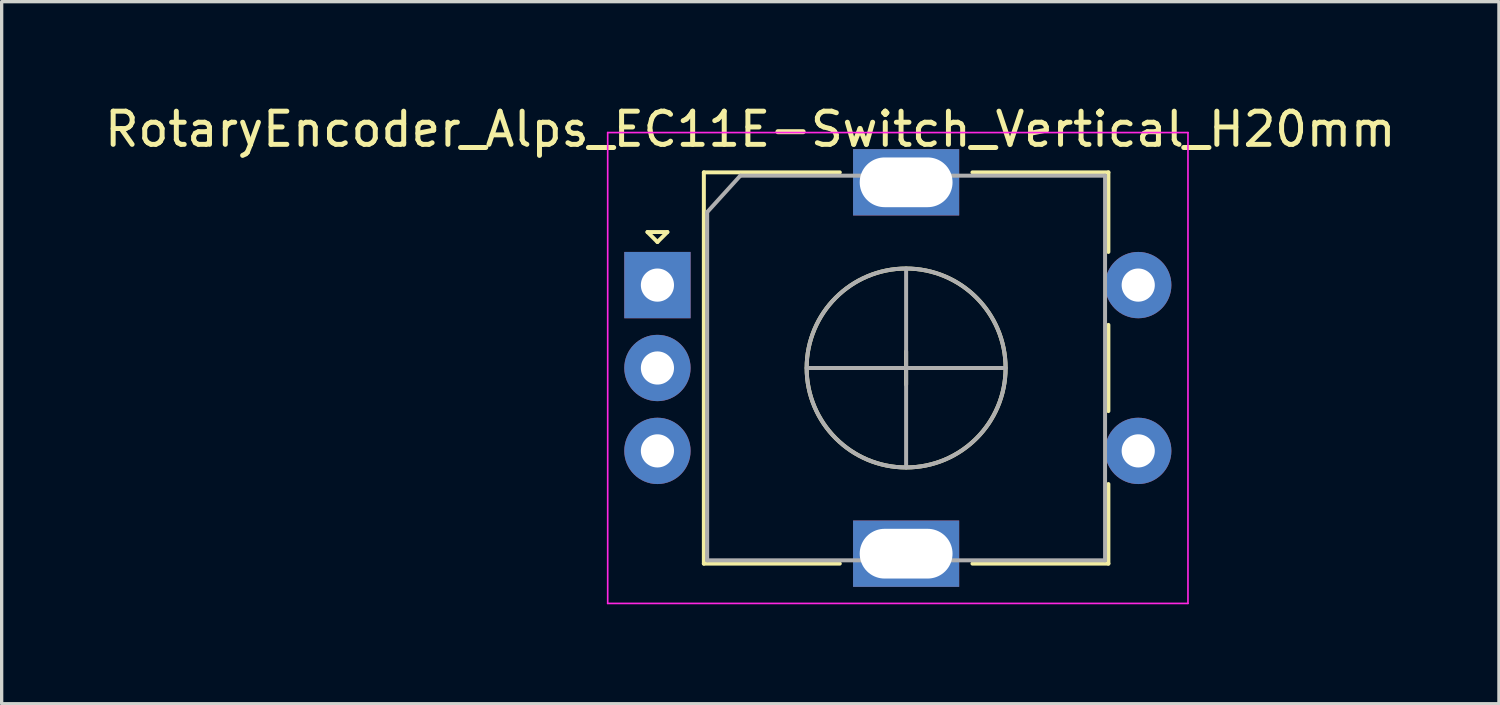
<source format=kicad_pcb>
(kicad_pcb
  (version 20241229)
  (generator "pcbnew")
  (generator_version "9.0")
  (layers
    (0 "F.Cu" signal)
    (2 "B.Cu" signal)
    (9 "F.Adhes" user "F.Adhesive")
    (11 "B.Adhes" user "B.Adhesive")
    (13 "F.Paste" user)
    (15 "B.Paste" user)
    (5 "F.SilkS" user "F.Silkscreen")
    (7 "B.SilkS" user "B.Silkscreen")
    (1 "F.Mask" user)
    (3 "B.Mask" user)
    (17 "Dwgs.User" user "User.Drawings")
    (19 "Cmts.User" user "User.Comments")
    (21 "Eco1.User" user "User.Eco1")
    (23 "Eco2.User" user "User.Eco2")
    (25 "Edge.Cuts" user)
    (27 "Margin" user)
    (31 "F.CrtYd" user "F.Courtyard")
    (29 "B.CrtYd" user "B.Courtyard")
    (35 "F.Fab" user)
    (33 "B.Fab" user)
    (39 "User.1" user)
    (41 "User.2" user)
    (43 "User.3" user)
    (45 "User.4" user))
  (footprint "RotaryEncoder_Alps_EC11E-Switch_Vertical_H20mm"
    (layer "F.Cu")
    (at 16.777 5.548)
    (property "Reference" "RotaryEncoder_Alps_EC11E-Switch_Vertical_H20mm" (at 2.8 -4.7 0) (layer "F.SilkS") (effects (font (size 1 1) (thickness 0.15))))
    (attr through_hole)
    (fp_line (start -0.3 -1.6) (end 0.3 -1.6) (stroke (width 0.12) (type solid)) (layer "F.SilkS"))
    (fp_line (start 0 -1.3) (end -0.3 -1.6) (stroke (width 0.12) (type solid)) (layer "F.SilkS"))
    (fp_line (start 0.3 -1.6) (end 0 -1.3) (stroke (width 0.12) (type solid)) (layer "F.SilkS"))
    (fp_line (start 1.4 -3.4) (end 1.4 8.4) (stroke (width 0.12) (type solid)) (layer "F.SilkS"))
    (fp_line (start 5.5 -3.4) (end 1.4 -3.4) (stroke (width 0.12) (type solid)) (layer "F.SilkS"))
    (fp_line (start 5.5 8.4) (end 1.4 8.4) (stroke (width 0.12) (type solid)) (layer "F.SilkS"))
    (fp_line (start 7 2.5) (end 8 2.5) (stroke (width 0.12) (type solid)) (layer "F.SilkS"))
    (fp_line (start 7.5 2) (end 7.5 3) (stroke (width 0.12) (type solid)) (layer "F.SilkS"))
    (fp_line (start 9.5 -3.4) (end 13.6 -3.4) (stroke (width 0.12) (type solid)) (layer "F.SilkS"))
    (fp_line (start 13.6 -3.4) (end 13.6 -1) (stroke (width 0.12) (type solid)) (layer "F.SilkS"))
    (fp_line (start 13.6 1.2) (end 13.6 3.8) (stroke (width 0.12) (type solid)) (layer "F.SilkS"))
    (fp_line (start 13.6 6) (end 13.6 8.4) (stroke (width 0.12) (type solid)) (layer "F.SilkS"))
    (fp_line (start 13.6 8.4) (end 9.5 8.4) (stroke (width 0.12) (type solid)) (layer "F.SilkS"))
    (fp_circle (center 7.5 2.5) (end 10.5 2.5) (stroke (width 0.12) (type solid)) (fill no) (layer "F.SilkS"))
    (fp_line (start -1.5 -4.6) (end -1.5 9.6) (stroke (width 0.05) (type solid)) (layer "F.CrtYd"))
    (fp_line (start -1.5 -4.6) (end 16 -4.6) (stroke (width 0.05) (type solid)) (layer "F.CrtYd"))
    (fp_line (start 16 9.6) (end -1.5 9.6) (stroke (width 0.05) (type solid)) (layer "F.CrtYd"))
    (fp_line (start 16 9.6) (end 16 -4.6) (stroke (width 0.05) (type solid)) (layer "F.CrtYd"))
    (fp_line (start 1.5 -2.2) (end 2.5 -3.3) (stroke (width 0.12) (type solid)) (layer "F.Fab"))
    (fp_line (start 1.5 8.3) (end 1.5 -2.2) (stroke (width 0.12) (type solid)) (layer "F.Fab"))
    (fp_line (start 2.5 -3.3) (end 13.5 -3.3) (stroke (width 0.12) (type solid)) (layer "F.Fab"))
    (fp_line (start 4.5 2.5) (end 10.5 2.5) (stroke (width 0.12) (type solid)) (layer "F.Fab"))
    (fp_line (start 7.5 -0.5) (end 7.5 5.5) (stroke (width 0.12) (type solid)) (layer "F.Fab"))
    (fp_line (start 13.5 -3.3) (end 13.5 8.3) (stroke (width 0.12) (type solid)) (layer "F.Fab"))
    (fp_line (start 13.5 8.3) (end 1.5 8.3) (stroke (width 0.12) (type solid)) (layer "F.Fab"))
    (fp_circle (center 7.5 2.5) (end 10.5 2.5) (stroke (width 0.12) (type solid)) (fill no) (layer "F.Fab"))
    (pad "A" thru_hole rect (at 0 0) (size 2 2) (drill 1) (layers "*.Cu" "*.Mask"))
    (pad "B" thru_hole circle (at 0 5) (size 2 2) (drill 1) (layers "*.Cu" "*.Mask"))
    (pad "C" thru_hole circle (at 0 2.5) (size 2 2) (drill 1) (layers "*.Cu" "*.Mask"))
    (pad "MP" thru_hole rect (at 7.5 -3.1) (size 3.2 2) (drill oval 2.8 1.5) (layers "*.Cu" "*.Mask"))
    (pad "MP" thru_hole rect (at 7.5 8.1) (size 3.2 2) (drill oval 2.8 1.5) (layers "*.Cu" "*.Mask"))
    (pad "S1" thru_hole circle (at 14.5 5) (size 2 2) (drill 1) (layers "*.Cu" "*.Mask"))
    (pad "S2" thru_hole circle (at 14.5 0) (size 2 2) (drill 1) (layers "*.Cu" "*.Mask")))
  (gr_rect
    (start -3 -3)
    (end 42.155 18.173)
    (stroke (width 0.1) (type default))
    (fill no)
    (layer "Edge.Cuts")))
</source>
